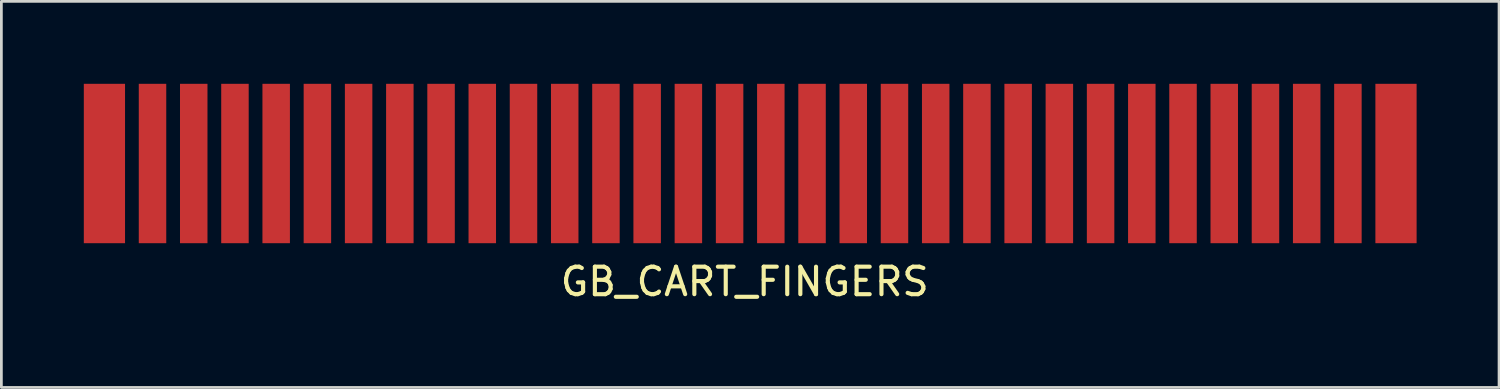
<source format=kicad_pcb>
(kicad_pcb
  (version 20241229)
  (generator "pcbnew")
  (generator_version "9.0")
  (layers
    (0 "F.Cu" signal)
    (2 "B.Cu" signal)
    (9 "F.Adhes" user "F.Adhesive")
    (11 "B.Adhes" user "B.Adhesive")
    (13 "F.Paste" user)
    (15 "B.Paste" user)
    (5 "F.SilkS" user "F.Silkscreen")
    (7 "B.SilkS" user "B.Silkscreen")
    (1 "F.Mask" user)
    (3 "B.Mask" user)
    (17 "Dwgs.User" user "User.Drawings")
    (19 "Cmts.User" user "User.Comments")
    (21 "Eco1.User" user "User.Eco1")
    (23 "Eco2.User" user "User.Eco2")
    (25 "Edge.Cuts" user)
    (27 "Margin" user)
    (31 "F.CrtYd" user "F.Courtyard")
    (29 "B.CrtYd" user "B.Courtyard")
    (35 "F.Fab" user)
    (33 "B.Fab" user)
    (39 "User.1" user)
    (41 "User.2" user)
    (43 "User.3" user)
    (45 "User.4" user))
  (footprint "GB_CART_FINGERS"
    (layer "F.Cu")
    (at 24.25 2.9)
    (property "Reference" "GB_CART_FINGERS" (at -0.2 4.3 0) (layer "F.SilkS") (effects (font (size 1 1) (thickness 0.15))))
    (attr through_hole)
    (pad "1" smd rect (at -23.5 0) (size 1.5 5.8) (layers "F.Cu" "F.Mask"))
    (pad "2" smd rect (at -21.75 0) (size 1 5.8) (layers "F.Cu" "F.Mask"))
    (pad "3" smd rect (at -20.25 0) (size 1 5.8) (layers "F.Cu" "F.Mask"))
    (pad "4" smd rect (at -18.75 0) (size 1 5.8) (layers "F.Cu" "F.Mask"))
    (pad "5" smd rect (at -17.25 0) (size 1 5.8) (layers "F.Cu" "F.Mask"))
    (pad "6" smd rect (at -15.75 0) (size 1 5.8) (layers "F.Cu" "F.Mask"))
    (pad "7" smd rect (at -14.25 0) (size 1 5.8) (layers "F.Cu" "F.Mask"))
    (pad "8" smd rect (at -12.75 0) (size 1 5.8) (layers "F.Cu" "F.Mask"))
    (pad "9" smd rect (at -11.25 0) (size 1 5.8) (layers "F.Cu" "F.Mask"))
    (pad "10" smd rect (at -9.75 0) (size 1 5.8) (layers "F.Cu" "F.Mask"))
    (pad "11" smd rect (at -8.25 0) (size 1 5.8) (layers "F.Cu" "F.Mask"))
    (pad "12" smd rect (at -6.75 0) (size 1 5.8) (layers "F.Cu" "F.Mask"))
    (pad "13" smd rect (at -5.25 0) (size 1 5.8) (layers "F.Cu" "F.Mask"))
    (pad "14" smd rect (at -3.75 0) (size 1 5.8) (layers "F.Cu" "F.Mask"))
    (pad "15" smd rect (at -2.25 0) (size 1 5.8) (layers "F.Cu" "F.Mask"))
    (pad "16" smd rect (at -0.75 0) (size 1 5.8) (layers "F.Cu" "F.Mask"))
    (pad "17" smd rect (at 0.75 0) (size 1 5.8) (layers "F.Cu" "F.Mask"))
    (pad "18" smd rect (at 2.25 0) (size 1 5.8) (layers "F.Cu" "F.Mask"))
    (pad "19" smd rect (at 3.75 0) (size 1 5.8) (layers "F.Cu" "F.Mask"))
    (pad "20" smd rect (at 5.25 0) (size 1 5.8) (layers "F.Cu" "F.Mask"))
    (pad "21" smd rect (at 6.75 0) (size 1 5.8) (layers "F.Cu" "F.Mask"))
    (pad "22" smd rect (at 8.25 0) (size 1 5.8) (layers "F.Cu" "F.Mask"))
    (pad "23" smd rect (at 9.75 0) (size 1 5.8) (layers "F.Cu" "F.Mask"))
    (pad "24" smd rect (at 11.25 0) (size 1 5.8) (layers "F.Cu" "F.Mask"))
    (pad "25" smd rect (at 12.75 0) (size 1 5.8) (layers "F.Cu" "F.Mask"))
    (pad "26" smd rect (at 14.25 0) (size 1 5.8) (layers "F.Cu" "F.Mask"))
    (pad "27" smd rect (at 15.75 0) (size 1 5.8) (layers "F.Cu" "F.Mask"))
    (pad "28" smd rect (at 17.25 0) (size 1 5.8) (layers "F.Cu" "F.Mask"))
    (pad "29" smd rect (at 18.75 0) (size 1 5.8) (layers "F.Cu" "F.Mask"))
    (pad "30" smd rect (at 20.25 0) (size 1 5.8) (layers "F.Cu" "F.Mask"))
    (pad "31" smd rect (at 21.75 0) (size 1 5.8) (layers "F.Cu" "F.Mask"))
    (pad "32" smd rect (at 23.5 0) (size 1.5 5.8) (layers "F.Cu" "F.Mask")))
  (gr_rect
    (start -3 -3)
    (end 51.5 11.048)
    (stroke (width 0.1) (type default))
    (fill no)
    (layer "Edge.Cuts")))
</source>
